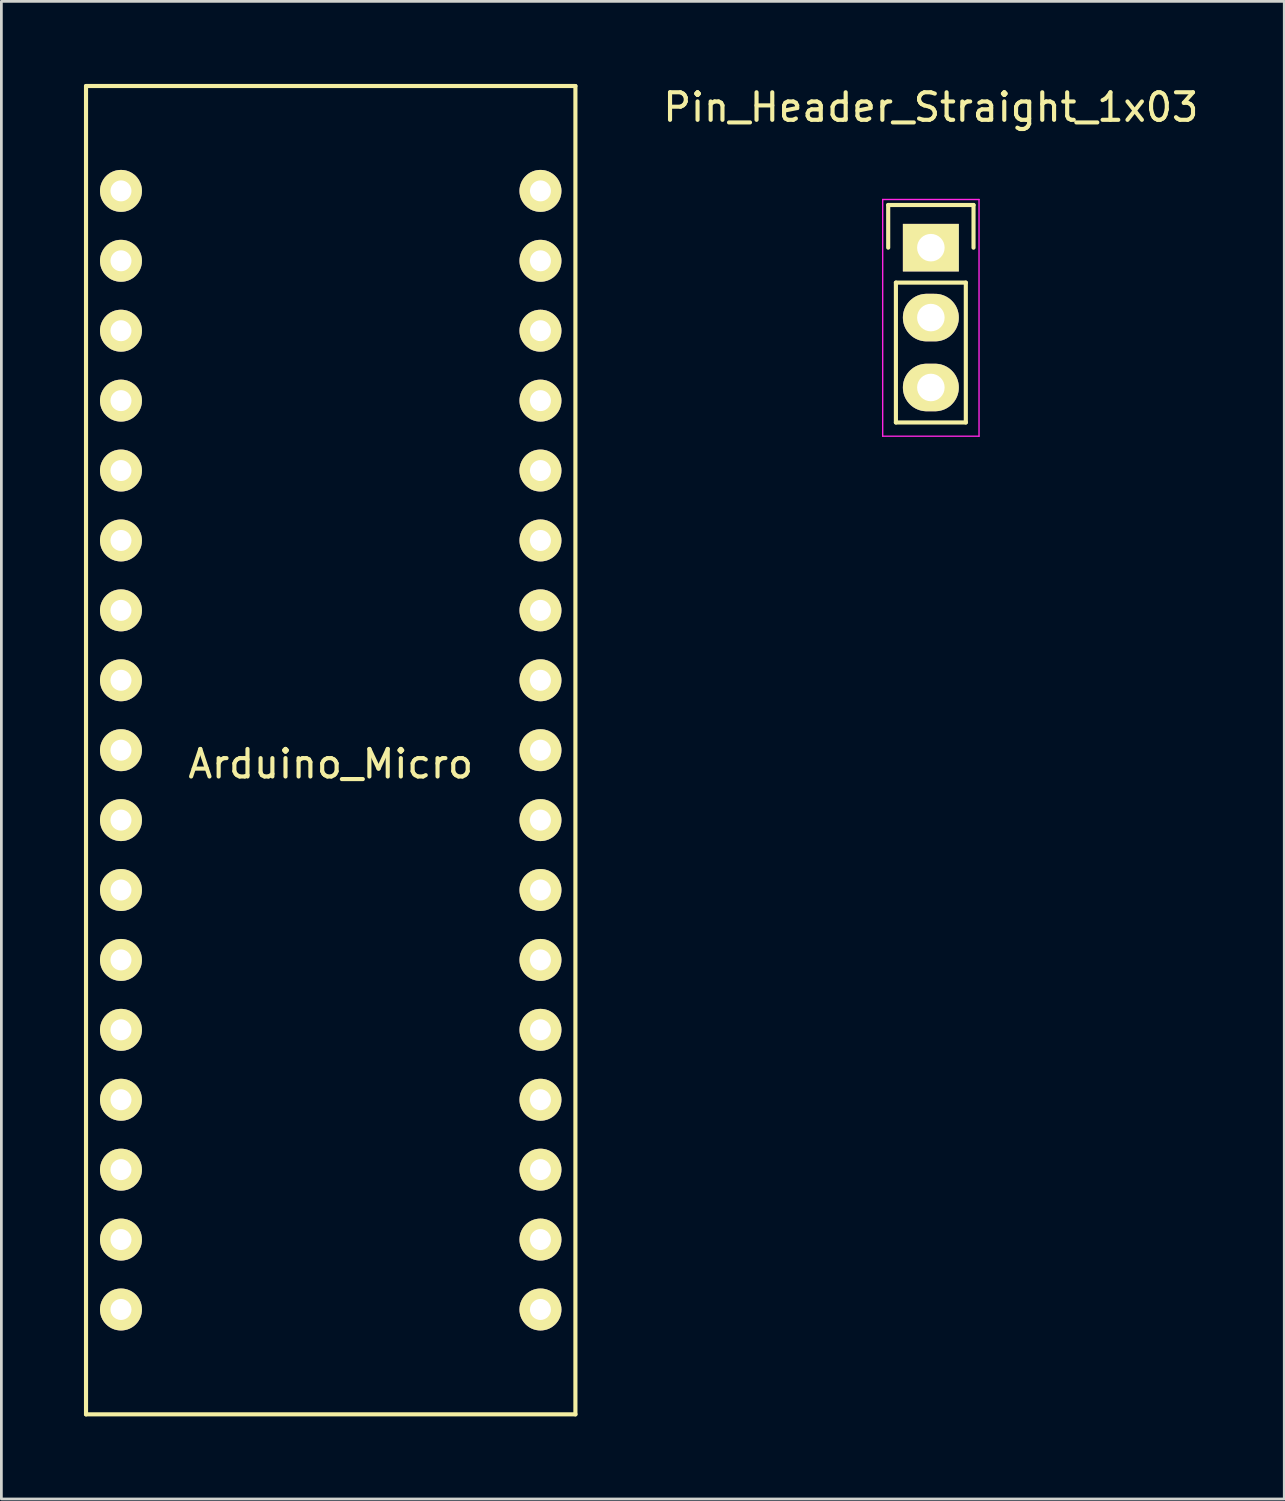
<source format=kicad_pcb>
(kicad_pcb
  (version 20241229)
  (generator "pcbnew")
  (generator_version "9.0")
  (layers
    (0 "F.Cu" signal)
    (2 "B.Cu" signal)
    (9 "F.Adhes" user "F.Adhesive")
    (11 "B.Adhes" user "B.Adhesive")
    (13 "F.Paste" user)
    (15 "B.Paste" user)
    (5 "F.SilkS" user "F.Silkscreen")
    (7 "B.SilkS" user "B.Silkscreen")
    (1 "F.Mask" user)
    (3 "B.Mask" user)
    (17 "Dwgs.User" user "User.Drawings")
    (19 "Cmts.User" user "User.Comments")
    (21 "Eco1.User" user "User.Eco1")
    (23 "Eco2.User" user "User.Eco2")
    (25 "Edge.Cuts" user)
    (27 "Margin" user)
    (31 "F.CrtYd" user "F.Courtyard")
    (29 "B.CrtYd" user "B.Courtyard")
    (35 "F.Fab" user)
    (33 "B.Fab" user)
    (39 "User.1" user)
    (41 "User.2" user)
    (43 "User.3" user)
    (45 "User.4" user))
  (footprint "Arduino_Micro"
    (layer "F.Cu")
    (at 8.965 24.205)
    (property "Reference" "Arduino_Micro" (at 0 0.5 0) (layer "F.SilkS") (effects (font (size 1 1) (thickness 0.15))))
    (attr through_hole)
    (fp_line (start -8.89 -24.13) (end 8.89 -24.13) (stroke (width 0.15) (type solid)) (layer "F.SilkS"))
    (fp_line (start -8.89 24.13) (end -8.89 -24.13) (stroke (width 0.15) (type solid)) (layer "F.SilkS"))
    (fp_line (start 8.89 -24.13) (end 8.89 24.13) (stroke (width 0.15) (type solid)) (layer "F.SilkS"))
    (fp_line (start 8.89 24.13) (end -8.89 24.13) (stroke (width 0.15) (type solid)) (layer "F.SilkS"))
    (pad "1" thru_hole circle (at -7.62 0) (size 1.524 1.524) (drill 0.762) (layers "*.Cu" "*.Mask" "F.SilkS"))
    (pad "1" thru_hole circle (at 7.62 0) (size 1.524 1.524) (drill 0.762) (layers "*.Cu" "*.Mask" "F.SilkS"))
    (pad "3" thru_hole circle (at -7.62 2.54) (size 1.524 1.524) (drill 0.762) (layers "*.Cu" "*.Mask" "F.SilkS"))
    (pad "3" thru_hole circle (at 7.62 2.54) (size 1.524 1.524) (drill 0.762) (layers "*.Cu" "*.Mask" "F.SilkS"))
    (pad "4" thru_hole circle (at -7.62 5.08) (size 1.524 1.524) (drill 0.762) (layers "*.Cu" "*.Mask" "F.SilkS"))
    (pad "4" thru_hole circle (at 7.62 5.08) (size 1.524 1.524) (drill 0.762) (layers "*.Cu" "*.Mask" "F.SilkS"))
    (pad "5" thru_hole circle (at -7.62 7.62) (size 1.524 1.524) (drill 0.762) (layers "*.Cu" "*.Mask" "F.SilkS"))
    (pad "5" thru_hole circle (at 7.62 7.62) (size 1.524 1.524) (drill 0.762) (layers "*.Cu" "*.Mask" "F.SilkS"))
    (pad "6" thru_hole circle (at -7.62 10.16) (size 1.524 1.524) (drill 0.762) (layers "*.Cu" "*.Mask" "F.SilkS"))
    (pad "6" thru_hole circle (at 7.62 10.16) (size 1.524 1.524) (drill 0.762) (layers "*.Cu" "*.Mask" "F.SilkS"))
    (pad "7" thru_hole circle (at -7.62 12.7) (size 1.524 1.524) (drill 0.762) (layers "*.Cu" "*.Mask" "F.SilkS"))
    (pad "7" thru_hole circle (at 7.62 12.7) (size 1.524 1.524) (drill 0.762) (layers "*.Cu" "*.Mask" "F.SilkS"))
    (pad "8" thru_hole circle (at -7.62 15.24) (size 1.524 1.524) (drill 0.762) (layers "*.Cu" "*.Mask" "F.SilkS"))
    (pad "8" thru_hole circle (at 7.62 15.24) (size 1.524 1.524) (drill 0.762) (layers "*.Cu" "*.Mask" "F.SilkS"))
    (pad "9" thru_hole circle (at -7.62 17.78) (size 1.524 1.524) (drill 0.762) (layers "*.Cu" "*.Mask" "F.SilkS"))
    (pad "9" thru_hole circle (at 7.62 17.78) (size 1.524 1.524) (drill 0.762) (layers "*.Cu" "*.Mask" "F.SilkS"))
    (pad "10" thru_hole circle (at -7.62 20.32) (size 1.524 1.524) (drill 0.762) (layers "*.Cu" "*.Mask" "F.SilkS"))
    (pad "10" thru_hole circle (at 7.62 20.32) (size 1.524 1.524) (drill 0.762) (layers "*.Cu" "*.Mask" "F.SilkS"))
    (pad "11" thru_hole circle (at -7.62 -2.54) (size 1.524 1.524) (drill 0.762) (layers "*.Cu" "*.Mask" "F.SilkS"))
    (pad "11" thru_hole circle (at 7.62 -2.54) (size 1.524 1.524) (drill 0.762) (layers "*.Cu" "*.Mask" "F.SilkS"))
    (pad "12" thru_hole circle (at -7.62 -5.08) (size 1.524 1.524) (drill 0.762) (layers "*.Cu" "*.Mask" "F.SilkS"))
    (pad "12" thru_hole circle (at 7.62 -5.08) (size 1.524 1.524) (drill 0.762) (layers "*.Cu" "*.Mask" "F.SilkS"))
    (pad "13" thru_hole circle (at -7.62 -7.62) (size 1.524 1.524) (drill 0.762) (layers "*.Cu" "*.Mask" "F.SilkS"))
    (pad "13" thru_hole circle (at 7.62 -7.62) (size 1.524 1.524) (drill 0.762) (layers "*.Cu" "*.Mask" "F.SilkS"))
    (pad "14" thru_hole circle (at -7.62 -10.16) (size 1.524 1.524) (drill 0.762) (layers "*.Cu" "*.Mask" "F.SilkS"))
    (pad "14" thru_hole circle (at 7.62 -10.16) (size 1.524 1.524) (drill 0.762) (layers "*.Cu" "*.Mask" "F.SilkS"))
    (pad "15" thru_hole circle (at -7.62 -12.7) (size 1.524 1.524) (drill 0.762) (layers "*.Cu" "*.Mask" "F.SilkS"))
    (pad "15" thru_hole circle (at 7.62 -12.7) (size 1.524 1.524) (drill 0.762) (layers "*.Cu" "*.Mask" "F.SilkS"))
    (pad "16" thru_hole circle (at -7.62 -15.24) (size 1.524 1.524) (drill 0.762) (layers "*.Cu" "*.Mask" "F.SilkS"))
    (pad "16" thru_hole circle (at 7.62 -15.24) (size 1.524 1.524) (drill 0.762) (layers "*.Cu" "*.Mask" "F.SilkS"))
    (pad "17" thru_hole circle (at -7.62 -17.78) (size 1.524 1.524) (drill 0.762) (layers "*.Cu" "*.Mask" "F.SilkS"))
    (pad "17" thru_hole circle (at 7.62 -17.78) (size 1.524 1.524) (drill 0.762) (layers "*.Cu" "*.Mask" "F.SilkS"))
    (pad "18" thru_hole circle (at -7.62 -20.32) (size 1.524 1.524) (drill 0.762) (layers "*.Cu" "*.Mask" "F.SilkS"))
    (pad "18" thru_hole circle (at 7.62 -20.32) (size 1.524 1.524) (drill 0.762) (layers "*.Cu" "*.Mask" "F.SilkS")))
  (footprint "Pin_Header_Straight_1x03"
    (layer "F.Cu")
    (at 30.769 5.948)
    (property "Reference" "Pin_Header_Straight_1x03" (at 0 -5.1 0) (layer "F.SilkS") (effects (font (size 1 1) (thickness 0.15))))
    (attr through_hole)
    (fp_line (start -1.55 -1.55) (end 1.55 -1.55) (stroke (width 0.15) (type solid)) (layer "F.SilkS"))
    (fp_line (start -1.55 0) (end -1.55 -1.55) (stroke (width 0.15) (type solid)) (layer "F.SilkS"))
    (fp_line (start -1.27 1.27) (end -1.27 6.35) (stroke (width 0.15) (type solid)) (layer "F.SilkS"))
    (fp_line (start -1.27 6.35) (end 1.27 6.35) (stroke (width 0.15) (type solid)) (layer "F.SilkS"))
    (fp_line (start 1.27 1.27) (end -1.27 1.27) (stroke (width 0.15) (type solid)) (layer "F.SilkS"))
    (fp_line (start 1.27 6.35) (end 1.27 1.27) (stroke (width 0.15) (type solid)) (layer "F.SilkS"))
    (fp_line (start 1.55 -1.55) (end 1.55 0) (stroke (width 0.15) (type solid)) (layer "F.SilkS"))
    (fp_line (start -1.75 -1.75) (end -1.75 6.85) (stroke (width 0.05) (type solid)) (layer "F.CrtYd"))
    (fp_line (start -1.75 -1.75) (end 1.75 -1.75) (stroke (width 0.05) (type solid)) (layer "F.CrtYd"))
    (fp_line (start -1.75 6.85) (end 1.75 6.85) (stroke (width 0.05) (type solid)) (layer "F.CrtYd"))
    (fp_line (start 1.75 -1.75) (end 1.75 6.85) (stroke (width 0.05) (type solid)) (layer "F.CrtYd"))
    (pad "1" thru_hole rect (at 0 0) (size 2.032 1.727) (drill 1) (layers "*.Cu" "*.Mask" "F.SilkS"))
    (pad "2" thru_hole oval (at 0 2.54) (size 2.032 1.727) (drill 1) (layers "*.Cu" "*.Mask" "F.SilkS"))
    (pad "3" thru_hole oval (at 0 5.08) (size 2.032 1.727) (drill 1) (layers "*.Cu" "*.Mask" "F.SilkS")))
  (gr_rect
    (start -3 -3)
    (end 43.609 51.41)
    (stroke (width 0.1) (type default))
    (fill no)
    (layer "Edge.Cuts")))
</source>
